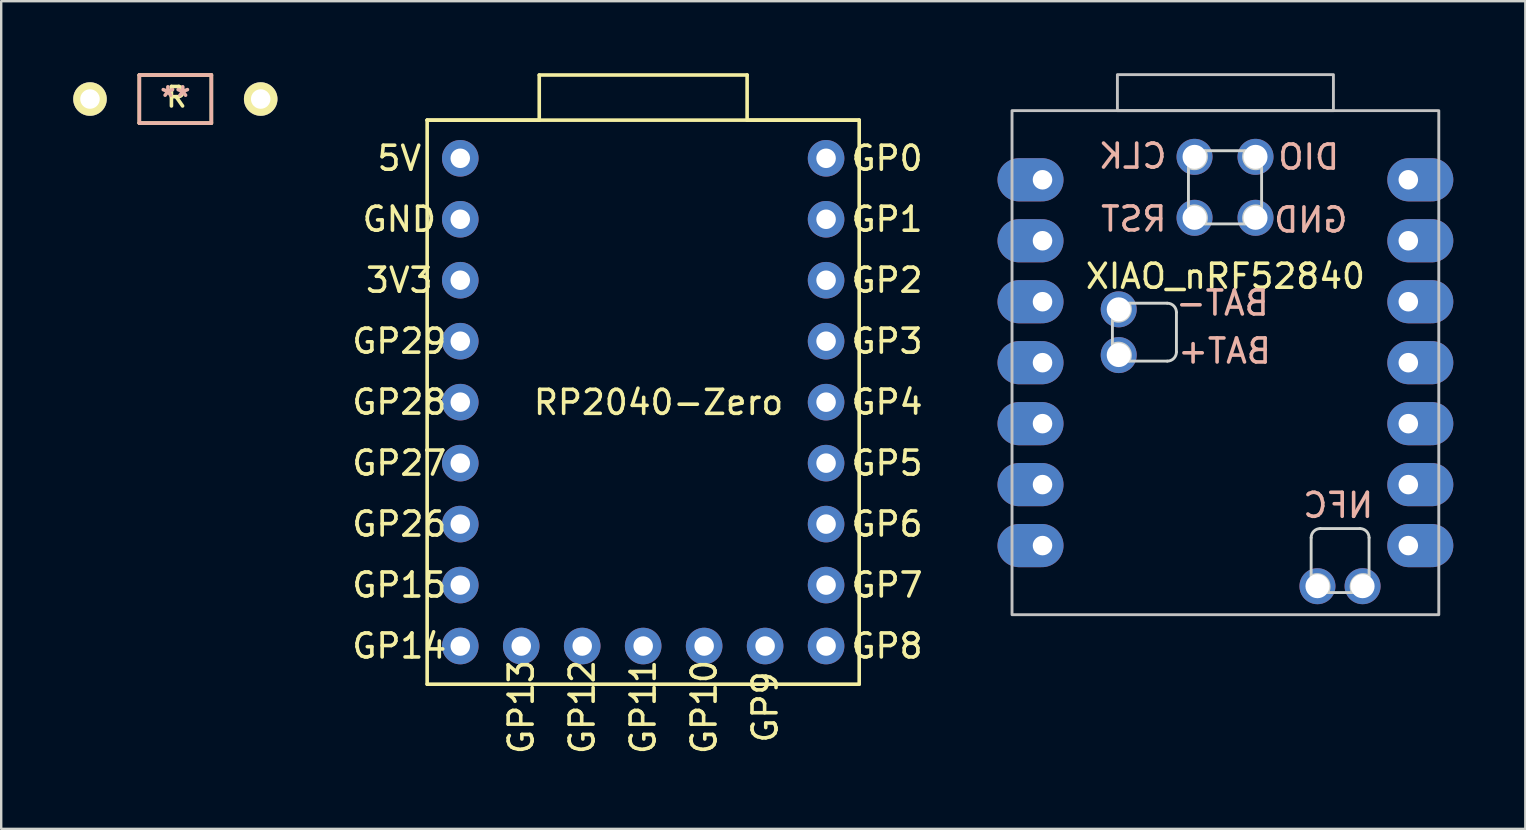
<source format=kicad_pcb>
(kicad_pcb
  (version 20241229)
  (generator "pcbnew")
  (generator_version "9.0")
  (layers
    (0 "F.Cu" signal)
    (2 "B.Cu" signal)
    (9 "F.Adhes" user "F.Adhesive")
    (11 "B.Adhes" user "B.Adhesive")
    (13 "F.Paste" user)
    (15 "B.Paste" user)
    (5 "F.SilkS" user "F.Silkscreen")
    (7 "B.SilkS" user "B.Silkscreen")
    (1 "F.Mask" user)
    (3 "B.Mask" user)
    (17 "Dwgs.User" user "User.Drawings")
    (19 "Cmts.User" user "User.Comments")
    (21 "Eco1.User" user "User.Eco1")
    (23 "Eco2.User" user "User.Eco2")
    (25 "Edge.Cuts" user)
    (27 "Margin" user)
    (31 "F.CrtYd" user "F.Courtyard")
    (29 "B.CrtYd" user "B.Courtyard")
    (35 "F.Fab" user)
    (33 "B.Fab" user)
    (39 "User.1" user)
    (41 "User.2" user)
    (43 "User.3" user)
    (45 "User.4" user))
  (footprint "XIAO_nRF52840"
    (layer "F.Cu")
    (at 48.003 1.56)
    (property "Reference" "XIAO_nRF52840" (at 0 6.9 0) (layer "F.SilkS") (effects (font (size 1 1) (thickness 0.15))))
    (attr through_hole exclude_from_pos_files)
    (fp_rect (start -8.89 21) (end 8.89 0) (stroke (width 0.12) (type solid)) (fill no) (layer "Dwgs.User"))
    (fp_rect (start -4.5 -1.5) (end 4.5 0) (stroke (width 0.12) (type solid)) (fill no) (layer "Dwgs.User"))
    (fp_line (start -4.708 9.749) (end -4.708 8.708) (stroke (width 0.12) (type solid)) (layer "Edge.Cuts"))
    (fp_line (start -4.022 8.022) (end -2.422 8.022) (stroke (width 0.12) (type solid)) (layer "Edge.Cuts"))
    (fp_line (start -2.422 10.435) (end -4.022 10.435) (stroke (width 0.12) (type solid)) (layer "Edge.Cuts"))
    (fp_line (start -2.041 8.403) (end -2.041 10.054) (stroke (width 0.12) (type solid)) (layer "Edge.Cuts"))
    (fp_line (start -1.54 4.032) (end -1.54 2.356) (stroke (width 0.12) (type solid)) (layer "Edge.Cuts"))
    (fp_line (start -0.854 1.67) (end 0.822 1.67) (stroke (width 0.12) (type solid)) (layer "Edge.Cuts"))
    (fp_line (start -0.854 4.718) (end 0.822 4.718) (stroke (width 0.12) (type solid)) (layer "Edge.Cuts"))
    (fp_line (start 1.508 4.032) (end 1.508 2.356) (stroke (width 0.12) (type solid)) (layer "Edge.Cuts"))
    (fp_line (start 3.572 19.392) (end 3.572 17.792) (stroke (width 0.12) (type solid)) (layer "Edge.Cuts"))
    (fp_line (start 3.953 17.411) (end 5.604 17.411) (stroke (width 0.12) (type solid)) (layer "Edge.Cuts"))
    (fp_line (start 5.299 20.078) (end 4.258 20.078) (stroke (width 0.12) (type solid)) (layer "Edge.Cuts"))
    (fp_line (start 5.985 17.792) (end 5.985 19.392) (stroke (width 0.12) (type solid)) (layer "Edge.Cuts"))
    (fp_arc (start -4.707753 9.749447) (mid -4.104146 9.831637) (end -4.021953 10.435247) (stroke (width 0.12) (type solid)) (layer "Edge.Cuts"))
    (fp_arc (start -4.021953 8.022247) (mid -4.104144 8.625856) (end -4.707753 8.708047) (stroke (width 0.12) (type solid)) (layer "Edge.Cuts"))
    (fp_arc (start -2.421753 8.022247) (mid -2.152342 8.133838) (end -2.040753 8.403247) (stroke (width 0.12) (type solid)) (layer "Edge.Cuts"))
    (fp_arc (start -2.040753 10.054247) (mid -2.152344 10.323656) (end -2.421753 10.435247) (stroke (width 0.12) (type solid)) (layer "Edge.Cuts"))
    (fp_arc (start -1.540247 4.031953) (mid -0.936638 4.114144) (end -0.854447 4.717753) (stroke (width 0.12) (type solid)) (layer "Edge.Cuts"))
    (fp_arc (start -0.854447 1.669753) (mid -0.936638 2.273362) (end -1.540247 2.355553) (stroke (width 0.12) (type solid)) (layer "Edge.Cuts"))
    (fp_arc (start 0.821953 4.717753) (mid 0.904144 4.114144) (end 1.507753 4.031953) (stroke (width 0.12) (type solid)) (layer "Edge.Cuts"))
    (fp_arc (start 1.507753 2.355553) (mid 0.904146 2.27336) (end 0.821953 1.669753) (stroke (width 0.12) (type solid)) (layer "Edge.Cuts"))
    (fp_arc (start 3.572247 17.791753) (mid 3.683838 17.522342) (end 3.953247 17.410753) (stroke (width 0.12) (type solid)) (layer "Edge.Cuts"))
    (fp_arc (start 3.572247 19.391953) (mid 4.175856 19.474144) (end 4.258047 20.077753) (stroke (width 0.12) (type solid)) (layer "Edge.Cuts"))
    (fp_arc (start 5.299447 20.077753) (mid 5.381637 19.474146) (end 5.985247 19.391953) (stroke (width 0.12) (type solid)) (layer "Edge.Cuts"))
    (fp_arc (start 5.604247 17.410753) (mid 5.873656 17.522344) (end 5.985247 17.791753) (stroke (width 0.12) (type solid)) (layer "Edge.Cuts"))
    (fp_text user "DIO" (at 4.83 2.52 0) (unlocked yes) (layer "B.SilkS") (effects (font (size 1 1) (thickness 0.15)) (justify left bottom mirror)))
    (fp_text user "CLK" (at -2.36 2.48 0) (unlocked yes) (layer "B.SilkS") (effects (font (size 1 1) (thickness 0.15)) (justify left bottom mirror)))
    (fp_text user "BAT-" (at 1.9 8.6 0) (unlocked yes) (layer "B.SilkS") (effects (font (size 1 1) (thickness 0.15)) (justify left bottom mirror)))
    (fp_text user "NFC" (at 6.25 17.03 0) (unlocked yes) (layer "B.SilkS") (effects (font (size 1 1) (thickness 0.15)) (justify left bottom mirror)))
    (fp_text user "GND" (at 5.18 5.14 0) (unlocked yes) (layer "B.SilkS") (effects (font (size 1 1) (thickness 0.15)) (justify left bottom mirror)))
    (fp_text user "BAT+" (at 1.99 10.6 0) (unlocked yes) (layer "B.SilkS") (effects (font (size 1 1) (thickness 0.15)) (justify left bottom mirror)))
    (fp_text user "RST" (at -2.36 5.1 0) (unlocked yes) (layer "B.SilkS") (effects (font (size 1 1) (thickness 0.15)) (justify left bottom mirror)))
    (pad "1" thru_hole oval (at -7.62 2.88) (size 2.75 1.8) (drill 0.813 (offset -0.5 0)) (layers "*.Cu" "*.Mask"))
    (pad "2" thru_hole oval (at -7.62 5.42) (size 2.75 1.8) (drill 0.813 (offset -0.5 0)) (layers "*.Cu" "*.Mask"))
    (pad "3" thru_hole oval (at -7.62 7.96) (size 2.75 1.8) (drill 0.813 (offset -0.5 0)) (layers "*.Cu" "*.Mask"))
    (pad "4" thru_hole oval (at -7.62 10.5) (size 2.75 1.8) (drill 0.813 (offset -0.5 0)) (layers "*.Cu" "*.Mask"))
    (pad "5" thru_hole oval (at -7.62 13.04) (size 2.75 1.8) (drill 0.813 (offset -0.5 0)) (layers "*.Cu" "*.Mask"))
    (pad "6" thru_hole oval (at -7.62 15.58) (size 2.75 1.8) (drill 0.813 (offset -0.5 0)) (layers "*.Cu" "*.Mask"))
    (pad "7" thru_hole oval (at -7.62 18.12) (size 2.75 1.8) (drill 0.813 (offset -0.5 0)) (layers "*.Cu" "*.Mask"))
    (pad "8" thru_hole oval (at 7.62 18.12) (size 2.75 1.8) (drill 0.813 (offset 0.5 0)) (layers "*.Cu" "*.Mask"))
    (pad "9" thru_hole oval (at 7.62 15.58) (size 2.75 1.8) (drill 0.813 (offset 0.5 0)) (layers "*.Cu" "*.Mask"))
    (pad "10" thru_hole oval (at 7.62 13.04) (size 2.75 1.8) (drill 0.813 (offset 0.5 0)) (layers "*.Cu" "*.Mask"))
    (pad "11" thru_hole oval (at 7.62 10.5) (size 2.75 1.8) (drill 0.813 (offset 0.5 0)) (layers "*.Cu" "*.Mask"))
    (pad "12" thru_hole oval (at 7.62 7.96) (size 2.75 1.8) (drill 0.813 (offset 0.5 0)) (layers "*.Cu" "*.Mask"))
    (pad "13" thru_hole oval (at 7.62 5.42) (size 2.75 1.8) (drill 0.813 (offset 0.5 0)) (layers "*.Cu" "*.Mask"))
    (pad "14" thru_hole oval (at 7.62 2.88) (size 2.75 1.8) (drill 0.813 (offset 0.5 0)) (layers "*.Cu" "*.Mask"))
    (pad "15" thru_hole circle (at 3.835 19.812 90) (size 1.5 1.5) (drill 1) (layers "*.Cu" "*.Mask"))
    (pad "16" thru_hole circle (at 5.715 19.812 270) (size 1.5 1.5) (drill 1) (layers "*.Cu" "*.Mask"))
    (pad "17" thru_hole circle (at -1.286 4.464 90) (size 1.5 1.5) (drill 1) (layers "*.Cu" "*.Mask"))
    (pad "18" thru_hole circle (at 1.254 4.464 90) (size 1.5 1.5) (drill 1) (layers "*.Cu" "*.Mask"))
    (pad "19" thru_hole circle (at -1.286 1.924 90) (size 1.5 1.5) (drill 1) (layers "*.Cu" "*.Mask"))
    (pad "20" thru_hole circle (at 1.254 1.924 90) (size 1.5 1.5) (drill 1) (layers "*.Cu" "*.Mask"))
    (pad "21" thru_hole circle (at -4.445 10.183 270) (size 1.5 1.5) (drill 1) (layers "*.Cu" "*.Mask"))
    (pad "22" thru_hole circle (at -4.445 8.278 90) (size 1.5 1.5) (drill 1) (layers "*.Cu" "*.Mask")))
  (footprint "RP2040-Zero"
    (layer "F.Cu")
    (at 26.286 6.085)
    (property "Reference" "RP2040-Zero" (at -1.9 7.63 0) (layer "F.SilkS") (effects (font (size 1 1) (thickness 0.15))))
    (attr through_hole)
    (fp_line (start -11.54 -4.13) (end -6.87 -4.13) (stroke (width 0.15) (type solid)) (layer "F.SilkS"))
    (fp_line (start -11.54 -4.13) (end 6.46 -4.13) (stroke (width 0.15) (type solid)) (layer "F.SilkS"))
    (fp_line (start -11.54 19.37) (end -11.54 -4.13) (stroke (width 0.15) (type solid)) (layer "F.SilkS"))
    (fp_line (start -6.87 -6.01) (end 1.79 -6.01) (stroke (width 0.15) (type solid)) (layer "F.SilkS"))
    (fp_line (start -6.87 -4.13) (end -6.87 -6.01) (stroke (width 0.15) (type solid)) (layer "F.SilkS"))
    (fp_line (start 1.79 -4.13) (end 1.79 -6.01) (stroke (width 0.15) (type solid)) (layer "F.SilkS"))
    (fp_line (start 6.46 -4.13) (end 1.79 -4.13) (stroke (width 0.15) (type solid)) (layer "F.SilkS"))
    (fp_line (start 6.46 -4.13) (end 6.46 19.37) (stroke (width 0.15) (type solid)) (layer "F.SilkS"))
    (fp_line (start 6.46 19.37) (end -11.54 19.37) (stroke (width 0.15) (type solid)) (layer "F.SilkS"))
    (fp_text user "GP14" (at -12.7 17.78 0) (layer "F.SilkS") (effects (font (size 1 1) (thickness 0.15))))
    (fp_text user "GP10" (at 0 20.32 90) (layer "F.SilkS") (effects (font (size 1 1) (thickness 0.15))))
    (fp_text user "GP15" (at -12.7 15.24 0) (layer "F.SilkS") (effects (font (size 1 1) (thickness 0.15))))
    (fp_text user "3V3" (at -12.7 2.54 0) (layer "F.SilkS") (effects (font (size 1 1) (thickness 0.15))))
    (fp_text user "5V" (at -12.7 -2.54 0) (layer "F.SilkS") (effects (font (size 1 1) (thickness 0.15))))
    (fp_text user "GP3" (at 7.62 5.08 0) (layer "F.SilkS") (effects (font (size 1 1) (thickness 0.15))))
    (fp_text user "GND" (at -12.7 0 0) (layer "F.SilkS") (effects (font (size 1 1) (thickness 0.15))))
    (fp_text user "GP29" (at -12.7 5.08 0) (layer "F.SilkS") (effects (font (size 1 1) (thickness 0.15))))
    (fp_text user "GP6" (at 7.62 12.7 0) (layer "F.SilkS") (effects (font (size 1 1) (thickness 0.15))))
    (fp_text user "GP27" (at -12.7 10.16 0) (layer "F.SilkS") (effects (font (size 1 1) (thickness 0.15))))
    (fp_text user "GP28" (at -12.7 7.62 0) (layer "F.SilkS") (effects (font (size 1 1) (thickness 0.15))))
    (fp_text user "GP9" (at 2.54 20.32 270) (layer "F.SilkS") (effects (font (size 1 1) (thickness 0.15))))
    (fp_text user "GP12" (at -5.08 20.32 90) (layer "F.SilkS") (effects (font (size 1 1) (thickness 0.15))))
    (fp_text user "GP2" (at 7.62 2.54 0) (layer "F.SilkS") (effects (font (size 1 1) (thickness 0.15))))
    (fp_text user "GP26" (at -12.7 12.7 0) (layer "F.SilkS") (effects (font (size 1 1) (thickness 0.15))))
    (fp_text user "GP0" (at 7.62 -2.54 0) (layer "F.SilkS") (effects (font (size 1 1) (thickness 0.15))))
    (fp_text user "GP8" (at 7.62 17.78 0) (layer "F.SilkS") (effects (font (size 1 1) (thickness 0.15))))
    (fp_text user "GP4" (at 7.62 7.62 0) (layer "F.SilkS") (effects (font (size 1 1) (thickness 0.15))))
    (fp_text user "GP5" (at 7.62 10.16 0) (layer "F.SilkS") (effects (font (size 1 1) (thickness 0.15))))
    (fp_text user "GP7" (at 7.62 15.24 0) (layer "F.SilkS") (effects (font (size 1 1) (thickness 0.15))))
    (fp_text user "GP11" (at -2.54 20.32 90) (layer "F.SilkS") (effects (font (size 1 1) (thickness 0.15))))
    (fp_text user "GP1" (at 7.62 0 0) (layer "F.SilkS") (effects (font (size 1 1) (thickness 0.15))))
    (fp_text user "GP13" (at -7.62 20.32 90) (layer "F.SilkS") (effects (font (size 1 1) (thickness 0.15))))
    (pad "0" thru_hole circle (at 5.08 -2.54) (size 1.524 1.524) (drill 0.813) (layers "*.Cu" "*.Mask"))
    (pad "1" thru_hole circle (at 5.08 0) (size 1.524 1.524) (drill 0.813) (layers "*.Cu" "*.Mask"))
    (pad "2" thru_hole circle (at 5.08 2.54) (size 1.524 1.524) (drill 0.813) (layers "*.Cu" "*.Mask"))
    (pad "3" thru_hole circle (at 5.08 5.08) (size 1.524 1.524) (drill 0.813) (layers "*.Cu" "*.Mask"))
    (pad "4" thru_hole circle (at 5.08 7.62) (size 1.524 1.524) (drill 0.813) (layers "*.Cu" "*.Mask"))
    (pad "5" thru_hole circle (at 5.08 10.16) (size 1.524 1.524) (drill 0.813) (layers "*.Cu" "*.Mask"))
    (pad "6" thru_hole circle (at 5.08 12.7) (size 1.524 1.524) (drill 0.813) (layers "*.Cu" "*.Mask"))
    (pad "7" thru_hole circle (at 5.08 15.24) (size 1.524 1.524) (drill 0.813) (layers "*.Cu" "*.Mask"))
    (pad "8" thru_hole circle (at 5.08 17.78) (size 1.524 1.524) (drill 0.813) (layers "*.Cu" "*.Mask"))
    (pad "9" thru_hole circle (at 2.54 17.78) (size 1.524 1.524) (drill 0.813) (layers "*.Cu" "*.Mask"))
    (pad "10" thru_hole circle (at 0 17.78) (size 1.524 1.524) (drill 0.813) (layers "*.Cu" "*.Mask"))
    (pad "11" thru_hole circle (at -2.54 17.78) (size 1.524 1.524) (drill 0.813) (layers "*.Cu" "*.Mask"))
    (pad "12" thru_hole circle (at -5.08 17.78) (size 1.524 1.524) (drill 0.813) (layers "*.Cu" "*.Mask"))
    (pad "13" thru_hole circle (at -7.62 17.78) (size 1.524 1.524) (drill 0.813) (layers "*.Cu" "*.Mask"))
    (pad "14" thru_hole circle (at -10.16 17.78) (size 1.524 1.524) (drill 0.813) (layers "*.Cu" "*.Mask"))
    (pad "15" thru_hole circle (at -10.16 15.24) (size 1.524 1.524) (drill 0.813) (layers "*.Cu" "*.Mask"))
    (pad "26" thru_hole circle (at -10.16 12.7) (size 1.524 1.524) (drill 0.813) (layers "*.Cu" "*.Mask"))
    (pad "27" thru_hole circle (at -10.16 10.16) (size 1.524 1.524) (drill 0.813) (layers "*.Cu" "*.Mask"))
    (pad "28" thru_hole circle (at -10.16 7.62) (size 1.524 1.524) (drill 0.813) (layers "*.Cu" "*.Mask"))
    (pad "29" thru_hole circle (at -10.16 5.08) (size 1.524 1.524) (drill 0.813) (layers "*.Cu" "*.Mask"))
    (pad "30" thru_hole circle (at -10.16 2.54) (size 1.524 1.524) (drill 0.813) (layers "*.Cu" "*.Mask"))
    (pad "31" thru_hole circle (at -10.16 0) (size 1.524 1.524) (drill 0.813) (layers "*.Cu" "*.Mask"))
    (pad "32" thru_hole circle (at -10.16 -2.54) (size 1.524 1.524) (drill 0.813) (layers "*.Cu" "*.Mask")))
  (footprint "R"
    (layer "F.Cu")
    (at 4.255 1.076)
    (property "Reference" "R" (at 0.05 -0.08 0) (layer "F.SilkS") (effects (font (size 0.813 0.813) (thickness 0.15))))
    (attr through_hole)
    (fp_line (start -1.501 -1.001) (end -1.501 1.001) (stroke (width 0.15) (type solid)) (layer "F.SilkS"))
    (fp_line (start -1.501 1.001) (end 1.501 1.001) (stroke (width 0.15) (type solid)) (layer "F.SilkS"))
    (fp_line (start 1.501 -1.001) (end -1.501 -1.001) (stroke (width 0.15) (type solid)) (layer "F.SilkS"))
    (fp_line (start 1.501 1.001) (end 1.501 -1.001) (stroke (width 0.15) (type solid)) (layer "F.SilkS"))
    (fp_line (start -1.5 -1) (end 1.5 -1) (stroke (width 0.15) (type solid)) (layer "B.SilkS"))
    (fp_line (start -1.5 1) (end -1.5 -1) (stroke (width 0.15) (type solid)) (layer "B.SilkS"))
    (fp_line (start 1.5 -1) (end 1.5 1) (stroke (width 0.15) (type solid)) (layer "B.SilkS"))
    (fp_line (start 1.5 1) (end -1.5 1) (stroke (width 0.15) (type solid)) (layer "B.SilkS"))
    (fp_text user "**" (at 0 -0.064 0) (layer "B.SilkS") (effects (font (size 0.813 0.813) (thickness 0.15)) (justify mirror)))
    (pad "1" thru_hole circle (at -3.556 0) (size 1.397 1.397) (drill 0.813) (layers "*.Cu" "*.Mask" "F.SilkS"))
    (pad "2" thru_hole circle (at 3.556 0) (size 1.397 1.397) (drill 0.813) (layers "*.Cu" "*.Mask" "F.SilkS")))
  (gr_rect
    (start -3 -3)
    (end 60.498 31.482)
    (stroke (width 0.1) (type default))
    (fill no)
    (layer "Edge.Cuts")))
</source>
